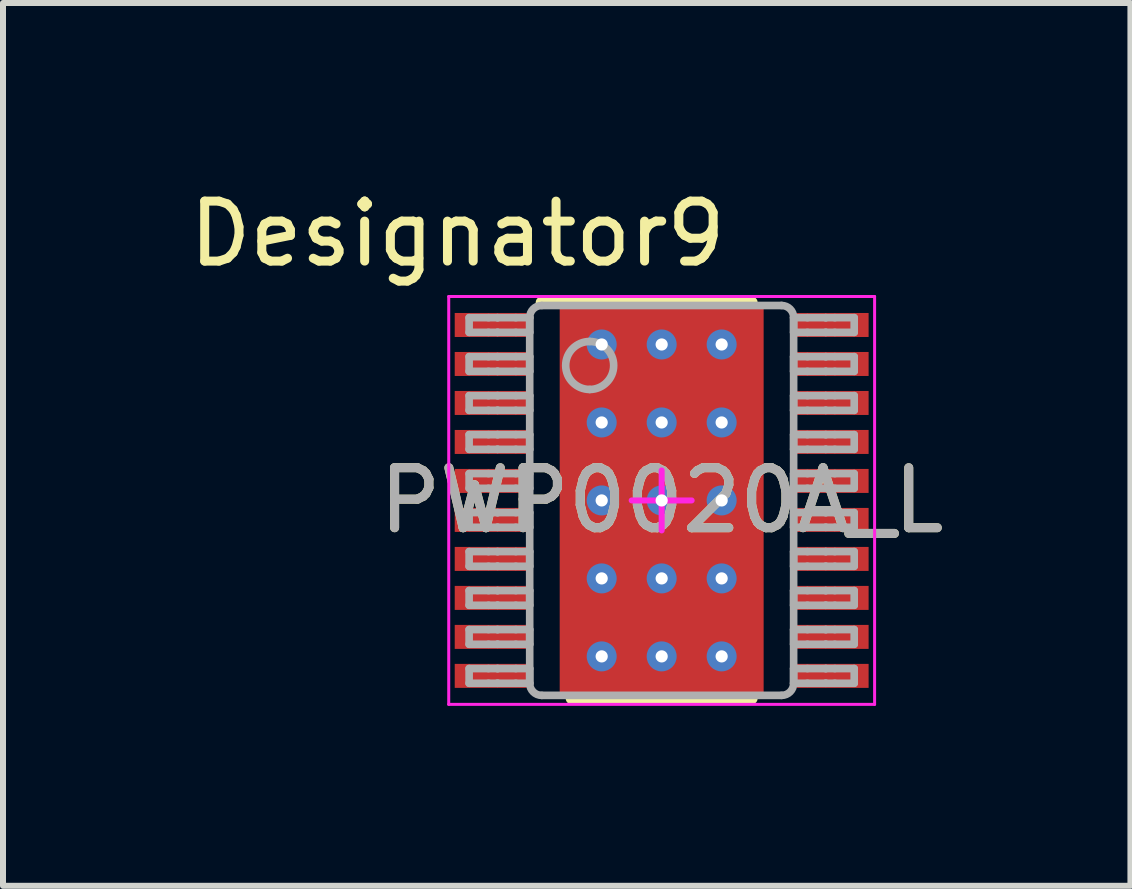
<source format=kicad_pcb>
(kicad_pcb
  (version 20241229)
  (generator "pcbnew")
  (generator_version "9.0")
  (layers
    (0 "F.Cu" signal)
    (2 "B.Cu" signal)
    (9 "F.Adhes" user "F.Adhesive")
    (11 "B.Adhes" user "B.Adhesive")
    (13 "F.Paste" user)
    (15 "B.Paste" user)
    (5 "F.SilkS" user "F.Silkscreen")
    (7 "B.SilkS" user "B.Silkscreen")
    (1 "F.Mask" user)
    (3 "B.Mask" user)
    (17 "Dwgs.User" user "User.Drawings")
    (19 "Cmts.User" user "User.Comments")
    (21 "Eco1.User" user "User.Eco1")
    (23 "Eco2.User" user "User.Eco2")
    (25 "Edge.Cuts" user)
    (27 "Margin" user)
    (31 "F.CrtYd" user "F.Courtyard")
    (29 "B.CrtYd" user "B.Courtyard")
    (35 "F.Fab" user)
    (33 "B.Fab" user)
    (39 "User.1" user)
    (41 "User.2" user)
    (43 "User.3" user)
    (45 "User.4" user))
  (footprint "PWP0020A_L"
    (layer "F.Cu")
    (at 7.981 5.293)
    (property "Reference" "PWP0020A_L" (at 0 0 0) (unlocked yes) (layer "F.SilkS") (effects (font (size 1 1) (thickness 0.15))))
    (attr smd)
    (fp_line (start -2 -3.3) (end 1.5 -3.3) (stroke (width 0.2) (type solid)) (layer "F.SilkS"))
    (fp_line (start -1.5 3.3) (end 1.5 3.3) (stroke (width 0.2) (type solid)) (layer "F.SilkS"))
    (fp_line (start -3.55 -3.4) (end 3.55 -3.4) (stroke (width 0.05) (type solid)) (layer "F.CrtYd"))
    (fp_line (start -3.55 3.4) (end -3.55 -3.4) (stroke (width 0.05) (type solid)) (layer "F.CrtYd"))
    (fp_line (start -3.55 3.4) (end 3.55 3.4) (stroke (width 0.05) (type solid)) (layer "F.CrtYd"))
    (fp_line (start -0.5 0.000003) (end 0.5 0.000003) (stroke (width 0.1) (type solid)) (layer "F.CrtYd"))
    (fp_line (start 0 0.5) (end 0 -0.5) (stroke (width 0.1) (type solid)) (layer "F.CrtYd"))
    (fp_line (start 3.55 3.4) (end 3.55 -3.4) (stroke (width 0.05) (type solid)) (layer "F.CrtYd"))
    (fp_line (start -3.21 -3.047) (end -2.887 -3.047) (stroke (width 0.127) (type solid)) (layer "F.Fab"))
    (fp_line (start -3.21 -2.802) (end -3.21 -3.047) (stroke (width 0.127) (type solid)) (layer "F.Fab"))
    (fp_line (start -3.21 -2.802) (end -2.887 -2.802) (stroke (width 0.127) (type solid)) (layer "F.Fab"))
    (fp_line (start -3.21 -2.397) (end -2.887 -2.397) (stroke (width 0.127) (type solid)) (layer "F.Fab"))
    (fp_line (start -3.21 -2.152) (end -3.21 -2.397) (stroke (width 0.127) (type solid)) (layer "F.Fab"))
    (fp_line (start -3.21 -2.152) (end -2.887 -2.152) (stroke (width 0.127) (type solid)) (layer "F.Fab"))
    (fp_line (start -3.21 -1.747) (end -2.887 -1.747) (stroke (width 0.127) (type solid)) (layer "F.Fab"))
    (fp_line (start -3.21 -1.502) (end -3.21 -1.747) (stroke (width 0.127) (type solid)) (layer "F.Fab"))
    (fp_line (start -3.21 -1.502) (end -2.887 -1.502) (stroke (width 0.127) (type solid)) (layer "F.Fab"))
    (fp_line (start -3.21 -1.097) (end -2.887 -1.097) (stroke (width 0.127) (type solid)) (layer "F.Fab"))
    (fp_line (start -3.21 -0.852) (end -3.21 -1.097) (stroke (width 0.127) (type solid)) (layer "F.Fab"))
    (fp_line (start -3.21 -0.852) (end -2.887 -0.852) (stroke (width 0.127) (type solid)) (layer "F.Fab"))
    (fp_line (start -3.21 -0.447) (end -2.887 -0.447) (stroke (width 0.127) (type solid)) (layer "F.Fab"))
    (fp_line (start -3.21 -0.202) (end -3.21 -0.447) (stroke (width 0.127) (type solid)) (layer "F.Fab"))
    (fp_line (start -3.21 -0.202) (end -2.887 -0.202) (stroke (width 0.127) (type solid)) (layer "F.Fab"))
    (fp_line (start -3.21 0.203) (end -2.887 0.203) (stroke (width 0.127) (type solid)) (layer "F.Fab"))
    (fp_line (start -3.21 0.448) (end -3.21 0.203) (stroke (width 0.127) (type solid)) (layer "F.Fab"))
    (fp_line (start -3.21 0.448) (end -2.887 0.448) (stroke (width 0.127) (type solid)) (layer "F.Fab"))
    (fp_line (start -3.21 0.853) (end -2.887 0.853) (stroke (width 0.127) (type solid)) (layer "F.Fab"))
    (fp_line (start -3.21 1.098) (end -3.21 0.853) (stroke (width 0.127) (type solid)) (layer "F.Fab"))
    (fp_line (start -3.21 1.098) (end -2.887 1.098) (stroke (width 0.127) (type solid)) (layer "F.Fab"))
    (fp_line (start -3.21 1.503) (end -2.887 1.503) (stroke (width 0.127) (type solid)) (layer "F.Fab"))
    (fp_line (start -3.21 1.748) (end -3.21 1.503) (stroke (width 0.127) (type solid)) (layer "F.Fab"))
    (fp_line (start -3.21 1.748) (end -2.887 1.748) (stroke (width 0.127) (type solid)) (layer "F.Fab"))
    (fp_line (start -3.21 2.153) (end -2.887 2.153) (stroke (width 0.127) (type solid)) (layer "F.Fab"))
    (fp_line (start -3.21 2.398) (end -3.21 2.153) (stroke (width 0.127) (type solid)) (layer "F.Fab"))
    (fp_line (start -3.21 2.398) (end -2.887 2.398) (stroke (width 0.127) (type solid)) (layer "F.Fab"))
    (fp_line (start -3.21 2.803) (end -2.887 2.803) (stroke (width 0.127) (type solid)) (layer "F.Fab"))
    (fp_line (start -3.21 3.048) (end -3.21 2.803) (stroke (width 0.127) (type solid)) (layer "F.Fab"))
    (fp_line (start -3.21 3.048) (end -2.887 3.048) (stroke (width 0.127) (type solid)) (layer "F.Fab"))
    (fp_line (start -2.887 -3.047) (end -2.739 -3.047) (stroke (width 0.127) (type solid)) (layer "F.Fab"))
    (fp_line (start -2.887 -2.802) (end -2.739 -2.802) (stroke (width 0.127) (type solid)) (layer "F.Fab"))
    (fp_line (start -2.887 -2.397) (end -2.739 -2.397) (stroke (width 0.127) (type solid)) (layer "F.Fab"))
    (fp_line (start -2.887 -2.152) (end -2.739 -2.152) (stroke (width 0.127) (type solid)) (layer "F.Fab"))
    (fp_line (start -2.887 -1.747) (end -2.739 -1.747) (stroke (width 0.127) (type solid)) (layer "F.Fab"))
    (fp_line (start -2.887 -1.502) (end -2.739 -1.502) (stroke (width 0.127) (type solid)) (layer "F.Fab"))
    (fp_line (start -2.887 -1.097) (end -2.739 -1.097) (stroke (width 0.127) (type solid)) (layer "F.Fab"))
    (fp_line (start -2.887 -0.852) (end -2.739 -0.852) (stroke (width 0.127) (type solid)) (layer "F.Fab"))
    (fp_line (start -2.887 -0.447) (end -2.739 -0.447) (stroke (width 0.127) (type solid)) (layer "F.Fab"))
    (fp_line (start -2.887 -0.202) (end -2.739 -0.202) (stroke (width 0.127) (type solid)) (layer "F.Fab"))
    (fp_line (start -2.887 0.203) (end -2.739 0.203) (stroke (width 0.127) (type solid)) (layer "F.Fab"))
    (fp_line (start -2.887 0.448) (end -2.739 0.448) (stroke (width 0.127) (type solid)) (layer "F.Fab"))
    (fp_line (start -2.887 0.853) (end -2.739 0.853) (stroke (width 0.127) (type solid)) (layer "F.Fab"))
    (fp_line (start -2.887 1.098) (end -2.739 1.098) (stroke (width 0.127) (type solid)) (layer "F.Fab"))
    (fp_line (start -2.887 1.503) (end -2.739 1.503) (stroke (width 0.127) (type solid)) (layer "F.Fab"))
    (fp_line (start -2.887 1.748) (end -2.739 1.748) (stroke (width 0.127) (type solid)) (layer "F.Fab"))
    (fp_line (start -2.887 2.153) (end -2.739 2.153) (stroke (width 0.127) (type solid)) (layer "F.Fab"))
    (fp_line (start -2.887 2.398) (end -2.739 2.398) (stroke (width 0.127) (type solid)) (layer "F.Fab"))
    (fp_line (start -2.887 2.803) (end -2.739 2.803) (stroke (width 0.127) (type solid)) (layer "F.Fab"))
    (fp_line (start -2.887 3.048) (end -2.739 3.048) (stroke (width 0.127) (type solid)) (layer "F.Fab"))
    (fp_line (start -2.739 -3.047) (end -2.733 -3.047) (stroke (width 0.127) (type solid)) (layer "F.Fab"))
    (fp_line (start -2.739 -2.802) (end -2.733 -2.802) (stroke (width 0.127) (type solid)) (layer "F.Fab"))
    (fp_line (start -2.739 -2.397) (end -2.733 -2.397) (stroke (width 0.127) (type solid)) (layer "F.Fab"))
    (fp_line (start -2.739 -2.152) (end -2.733 -2.152) (stroke (width 0.127) (type solid)) (layer "F.Fab"))
    (fp_line (start -2.739 -1.747) (end -2.733 -1.747) (stroke (width 0.127) (type solid)) (layer "F.Fab"))
    (fp_line (start -2.739 -1.502) (end -2.733 -1.502) (stroke (width 0.127) (type solid)) (layer "F.Fab"))
    (fp_line (start -2.739 -1.097) (end -2.733 -1.097) (stroke (width 0.127) (type solid)) (layer "F.Fab"))
    (fp_line (start -2.739 -0.852) (end -2.733 -0.852) (stroke (width 0.127) (type solid)) (layer "F.Fab"))
    (fp_line (start -2.739 -0.447) (end -2.733 -0.447) (stroke (width 0.127) (type solid)) (layer "F.Fab"))
    (fp_line (start -2.739 -0.202) (end -2.733 -0.202) (stroke (width 0.127) (type solid)) (layer "F.Fab"))
    (fp_line (start -2.739 0.203) (end -2.733 0.203) (stroke (width 0.127) (type solid)) (layer "F.Fab"))
    (fp_line (start -2.739 0.448) (end -2.733 0.448) (stroke (width 0.127) (type solid)) (layer "F.Fab"))
    (fp_line (start -2.739 0.853) (end -2.733 0.853) (stroke (width 0.127) (type solid)) (layer "F.Fab"))
    (fp_line (start -2.739 1.098) (end -2.733 1.098) (stroke (width 0.127) (type solid)) (layer "F.Fab"))
    (fp_line (start -2.739 1.503) (end -2.733 1.503) (stroke (width 0.127) (type solid)) (layer "F.Fab"))
    (fp_line (start -2.739 1.748) (end -2.733 1.748) (stroke (width 0.127) (type solid)) (layer "F.Fab"))
    (fp_line (start -2.739 2.153) (end -2.733 2.153) (stroke (width 0.127) (type solid)) (layer "F.Fab"))
    (fp_line (start -2.739 2.398) (end -2.733 2.398) (stroke (width 0.127) (type solid)) (layer "F.Fab"))
    (fp_line (start -2.739 2.803) (end -2.733 2.803) (stroke (width 0.127) (type solid)) (layer "F.Fab"))
    (fp_line (start -2.739 3.048) (end -2.733 3.048) (stroke (width 0.127) (type solid)) (layer "F.Fab"))
    (fp_line (start -2.733 -3.047) (end -2.431 -3.047) (stroke (width 0.127) (type solid)) (layer "F.Fab"))
    (fp_line (start -2.733 -2.802) (end -2.431 -2.802) (stroke (width 0.127) (type solid)) (layer "F.Fab"))
    (fp_line (start -2.733 -2.397) (end -2.431 -2.397) (stroke (width 0.127) (type solid)) (layer "F.Fab"))
    (fp_line (start -2.733 -2.152) (end -2.431 -2.152) (stroke (width 0.127) (type solid)) (layer "F.Fab"))
    (fp_line (start -2.733 -1.747) (end -2.431 -1.747) (stroke (width 0.127) (type solid)) (layer "F.Fab"))
    (fp_line (start -2.733 -1.502) (end -2.431 -1.502) (stroke (width 0.127) (type solid)) (layer "F.Fab"))
    (fp_line (start -2.733 -1.097) (end -2.431 -1.097) (stroke (width 0.127) (type solid)) (layer "F.Fab"))
    (fp_line (start -2.733 -0.852) (end -2.431 -0.852) (stroke (width 0.127) (type solid)) (layer "F.Fab"))
    (fp_line (start -2.733 -0.447) (end -2.431 -0.447) (stroke (width 0.127) (type solid)) (layer "F.Fab"))
    (fp_line (start -2.733 -0.202) (end -2.431 -0.202) (stroke (width 0.127) (type solid)) (layer "F.Fab"))
    (fp_line (start -2.733 0.203) (end -2.431 0.203) (stroke (width 0.127) (type solid)) (layer "F.Fab"))
    (fp_line (start -2.733 0.448) (end -2.431 0.448) (stroke (width 0.127) (type solid)) (layer "F.Fab"))
    (fp_line (start -2.733 0.853) (end -2.431 0.853) (stroke (width 0.127) (type solid)) (layer "F.Fab"))
    (fp_line (start -2.733 1.098) (end -2.431 1.098) (stroke (width 0.127) (type solid)) (layer "F.Fab"))
    (fp_line (start -2.733 1.503) (end -2.431 1.503) (stroke (width 0.127) (type solid)) (layer "F.Fab"))
    (fp_line (start -2.733 1.748) (end -2.431 1.748) (stroke (width 0.127) (type solid)) (layer "F.Fab"))
    (fp_line (start -2.733 2.153) (end -2.431 2.153) (stroke (width 0.127) (type solid)) (layer "F.Fab"))
    (fp_line (start -2.733 2.398) (end -2.431 2.398) (stroke (width 0.127) (type solid)) (layer "F.Fab"))
    (fp_line (start -2.733 2.803) (end -2.431 2.803) (stroke (width 0.127) (type solid)) (layer "F.Fab"))
    (fp_line (start -2.733 3.048) (end -2.431 3.048) (stroke (width 0.127) (type solid)) (layer "F.Fab"))
    (fp_line (start -2.431 -3.047) (end -2.2 -3.047) (stroke (width 0.127) (type solid)) (layer "F.Fab"))
    (fp_line (start -2.431 -2.802) (end -2.2 -2.802) (stroke (width 0.127) (type solid)) (layer "F.Fab"))
    (fp_line (start -2.431 -2.397) (end -2.2 -2.397) (stroke (width 0.127) (type solid)) (layer "F.Fab"))
    (fp_line (start -2.431 -2.152) (end -2.2 -2.152) (stroke (width 0.127) (type solid)) (layer "F.Fab"))
    (fp_line (start -2.431 -1.747) (end -2.2 -1.747) (stroke (width 0.127) (type solid)) (layer "F.Fab"))
    (fp_line (start -2.431 -1.502) (end -2.2 -1.502) (stroke (width 0.127) (type solid)) (layer "F.Fab"))
    (fp_line (start -2.431 -1.097) (end -2.2 -1.097) (stroke (width 0.127) (type solid)) (layer "F.Fab"))
    (fp_line (start -2.431 -0.852) (end -2.2 -0.852) (stroke (width 0.127) (type solid)) (layer "F.Fab"))
    (fp_line (start -2.431 -0.447) (end -2.2 -0.447) (stroke (width 0.127) (type solid)) (layer "F.Fab"))
    (fp_line (start -2.431 -0.202) (end -2.2 -0.202) (stroke (width 0.127) (type solid)) (layer "F.Fab"))
    (fp_line (start -2.431 0.203) (end -2.2 0.203) (stroke (width 0.127) (type solid)) (layer "F.Fab"))
    (fp_line (start -2.431 0.448) (end -2.2 0.448) (stroke (width 0.127) (type solid)) (layer "F.Fab"))
    (fp_line (start -2.431 0.853) (end -2.2 0.853) (stroke (width 0.127) (type solid)) (layer "F.Fab"))
    (fp_line (start -2.431 1.098) (end -2.2 1.098) (stroke (width 0.127) (type solid)) (layer "F.Fab"))
    (fp_line (start -2.431 1.503) (end -2.2 1.503) (stroke (width 0.127) (type solid)) (layer "F.Fab"))
    (fp_line (start -2.431 1.748) (end -2.2 1.748) (stroke (width 0.127) (type solid)) (layer "F.Fab"))
    (fp_line (start -2.431 2.153) (end -2.2 2.153) (stroke (width 0.127) (type solid)) (layer "F.Fab"))
    (fp_line (start -2.431 2.398) (end -2.2 2.398) (stroke (width 0.127) (type solid)) (layer "F.Fab"))
    (fp_line (start -2.431 2.803) (end -2.2 2.803) (stroke (width 0.127) (type solid)) (layer "F.Fab"))
    (fp_line (start -2.431 3.048) (end -2.2 3.048) (stroke (width 0.127) (type solid)) (layer "F.Fab"))
    (fp_line (start -2.2 -2.802) (end -2.2 -3.047) (stroke (width 0.127) (type solid)) (layer "F.Fab"))
    (fp_line (start -2.2 -2.152) (end -2.2 -2.397) (stroke (width 0.127) (type solid)) (layer "F.Fab"))
    (fp_line (start -2.2 -1.502) (end -2.2 -1.747) (stroke (width 0.127) (type solid)) (layer "F.Fab"))
    (fp_line (start -2.2 -0.852) (end -2.2 -1.097) (stroke (width 0.127) (type solid)) (layer "F.Fab"))
    (fp_line (start -2.2 -0.202) (end -2.2 -0.447) (stroke (width 0.127) (type solid)) (layer "F.Fab"))
    (fp_line (start -2.2 0.448) (end -2.2 0.203) (stroke (width 0.127) (type solid)) (layer "F.Fab"))
    (fp_line (start -2.2 1.098) (end -2.2 0.853) (stroke (width 0.127) (type solid)) (layer "F.Fab"))
    (fp_line (start -2.2 1.748) (end -2.2 1.503) (stroke (width 0.127) (type solid)) (layer "F.Fab"))
    (fp_line (start -2.2 2.398) (end -2.2 2.153) (stroke (width 0.127) (type solid)) (layer "F.Fab"))
    (fp_line (start -2.2 3.048) (end -2.2 2.803) (stroke (width 0.127) (type solid)) (layer "F.Fab"))
    (fp_line (start -2.2 3.05) (end -2.2 -3.05) (stroke (width 0.127) (type solid)) (layer "F.Fab"))
    (fp_line (start -2 -3.25) (end 2 -3.25) (stroke (width 0.127) (type solid)) (layer "F.Fab"))
    (fp_line (start -2 3.25) (end 2 3.25) (stroke (width 0.127) (type solid)) (layer "F.Fab"))
    (fp_line (start 2.2 -3.047) (end 2.43 -3.047) (stroke (width 0.127) (type solid)) (layer "F.Fab"))
    (fp_line (start 2.2 -2.802) (end 2.2 -3.047) (stroke (width 0.127) (type solid)) (layer "F.Fab"))
    (fp_line (start 2.2 -2.802) (end 2.43 -2.802) (stroke (width 0.127) (type solid)) (layer "F.Fab"))
    (fp_line (start 2.2 -2.397) (end 2.43 -2.397) (stroke (width 0.127) (type solid)) (layer "F.Fab"))
    (fp_line (start 2.2 -2.152) (end 2.2 -2.397) (stroke (width 0.127) (type solid)) (layer "F.Fab"))
    (fp_line (start 2.2 -2.152) (end 2.43 -2.152) (stroke (width 0.127) (type solid)) (layer "F.Fab"))
    (fp_line (start 2.2 -1.747) (end 2.43 -1.747) (stroke (width 0.127) (type solid)) (layer "F.Fab"))
    (fp_line (start 2.2 -1.502) (end 2.2 -1.747) (stroke (width 0.127) (type solid)) (layer "F.Fab"))
    (fp_line (start 2.2 -1.502) (end 2.43 -1.502) (stroke (width 0.127) (type solid)) (layer "F.Fab"))
    (fp_line (start 2.2 -1.097) (end 2.43 -1.097) (stroke (width 0.127) (type solid)) (layer "F.Fab"))
    (fp_line (start 2.2 -0.852) (end 2.2 -1.097) (stroke (width 0.127) (type solid)) (layer "F.Fab"))
    (fp_line (start 2.2 -0.852) (end 2.43 -0.852) (stroke (width 0.127) (type solid)) (layer "F.Fab"))
    (fp_line (start 2.2 -0.447) (end 2.43 -0.447) (stroke (width 0.127) (type solid)) (layer "F.Fab"))
    (fp_line (start 2.2 -0.202) (end 2.2 -0.447) (stroke (width 0.127) (type solid)) (layer "F.Fab"))
    (fp_line (start 2.2 -0.202) (end 2.43 -0.202) (stroke (width 0.127) (type solid)) (layer "F.Fab"))
    (fp_line (start 2.2 0.203) (end 2.43 0.203) (stroke (width 0.127) (type solid)) (layer "F.Fab"))
    (fp_line (start 2.2 0.448) (end 2.2 0.203) (stroke (width 0.127) (type solid)) (layer "F.Fab"))
    (fp_line (start 2.2 0.448) (end 2.43 0.448) (stroke (width 0.127) (type solid)) (layer "F.Fab"))
    (fp_line (start 2.2 0.853) (end 2.43 0.853) (stroke (width 0.127) (type solid)) (layer "F.Fab"))
    (fp_line (start 2.2 1.098) (end 2.2 0.853) (stroke (width 0.127) (type solid)) (layer "F.Fab"))
    (fp_line (start 2.2 1.098) (end 2.43 1.098) (stroke (width 0.127) (type solid)) (layer "F.Fab"))
    (fp_line (start 2.2 1.503) (end 2.43 1.503) (stroke (width 0.127) (type solid)) (layer "F.Fab"))
    (fp_line (start 2.2 1.748) (end 2.2 1.503) (stroke (width 0.127) (type solid)) (layer "F.Fab"))
    (fp_line (start 2.2 1.748) (end 2.43 1.748) (stroke (width 0.127) (type solid)) (layer "F.Fab"))
    (fp_line (start 2.2 2.153) (end 2.43 2.153) (stroke (width 0.127) (type solid)) (layer "F.Fab"))
    (fp_line (start 2.2 2.398) (end 2.2 2.153) (stroke (width 0.127) (type solid)) (layer "F.Fab"))
    (fp_line (start 2.2 2.398) (end 2.43 2.398) (stroke (width 0.127) (type solid)) (layer "F.Fab"))
    (fp_line (start 2.2 2.803) (end 2.43 2.803) (stroke (width 0.127) (type solid)) (layer "F.Fab"))
    (fp_line (start 2.2 3.048) (end 2.2 2.803) (stroke (width 0.127) (type solid)) (layer "F.Fab"))
    (fp_line (start 2.2 3.048) (end 2.43 3.048) (stroke (width 0.127) (type solid)) (layer "F.Fab"))
    (fp_line (start 2.2 3.05) (end 2.2 -3.05) (stroke (width 0.127) (type solid)) (layer "F.Fab"))
    (fp_line (start 2.43 -3.047) (end 2.733 -3.047) (stroke (width 0.127) (type solid)) (layer "F.Fab"))
    (fp_line (start 2.43 -2.802) (end 2.733 -2.802) (stroke (width 0.127) (type solid)) (layer "F.Fab"))
    (fp_line (start 2.43 -2.397) (end 2.733 -2.397) (stroke (width 0.127) (type solid)) (layer "F.Fab"))
    (fp_line (start 2.43 -2.152) (end 2.733 -2.152) (stroke (width 0.127) (type solid)) (layer "F.Fab"))
    (fp_line (start 2.43 -1.747) (end 2.733 -1.747) (stroke (width 0.127) (type solid)) (layer "F.Fab"))
    (fp_line (start 2.43 -1.502) (end 2.733 -1.502) (stroke (width 0.127) (type solid)) (layer "F.Fab"))
    (fp_line (start 2.43 -1.097) (end 2.733 -1.097) (stroke (width 0.127) (type solid)) (layer "F.Fab"))
    (fp_line (start 2.43 -0.852) (end 2.733 -0.852) (stroke (width 0.127) (type solid)) (layer "F.Fab"))
    (fp_line (start 2.43 -0.447) (end 2.733 -0.447) (stroke (width 0.127) (type solid)) (layer "F.Fab"))
    (fp_line (start 2.43 -0.202) (end 2.733 -0.202) (stroke (width 0.127) (type solid)) (layer "F.Fab"))
    (fp_line (start 2.43 0.203) (end 2.733 0.203) (stroke (width 0.127) (type solid)) (layer "F.Fab"))
    (fp_line (start 2.43 0.448) (end 2.733 0.448) (stroke (width 0.127) (type solid)) (layer "F.Fab"))
    (fp_line (start 2.43 0.853) (end 2.733 0.853) (stroke (width 0.127) (type solid)) (layer "F.Fab"))
    (fp_line (start 2.43 1.098) (end 2.733 1.098) (stroke (width 0.127) (type solid)) (layer "F.Fab"))
    (fp_line (start 2.43 1.503) (end 2.733 1.503) (stroke (width 0.127) (type solid)) (layer "F.Fab"))
    (fp_line (start 2.43 1.748) (end 2.733 1.748) (stroke (width 0.127) (type solid)) (layer "F.Fab"))
    (fp_line (start 2.43 2.153) (end 2.733 2.153) (stroke (width 0.127) (type solid)) (layer "F.Fab"))
    (fp_line (start 2.43 2.398) (end 2.733 2.398) (stroke (width 0.127) (type solid)) (layer "F.Fab"))
    (fp_line (start 2.43 2.803) (end 2.733 2.803) (stroke (width 0.127) (type solid)) (layer "F.Fab"))
    (fp_line (start 2.43 3.048) (end 2.733 3.048) (stroke (width 0.127) (type solid)) (layer "F.Fab"))
    (fp_line (start 2.733 -3.047) (end 2.739 -3.047) (stroke (width 0.127) (type solid)) (layer "F.Fab"))
    (fp_line (start 2.733 -2.802) (end 2.739 -2.802) (stroke (width 0.127) (type solid)) (layer "F.Fab"))
    (fp_line (start 2.733 -2.397) (end 2.739 -2.397) (stroke (width 0.127) (type solid)) (layer "F.Fab"))
    (fp_line (start 2.733 -2.152) (end 2.739 -2.152) (stroke (width 0.127) (type solid)) (layer "F.Fab"))
    (fp_line (start 2.733 -1.747) (end 2.739 -1.747) (stroke (width 0.127) (type solid)) (layer "F.Fab"))
    (fp_line (start 2.733 -1.502) (end 2.739 -1.502) (stroke (width 0.127) (type solid)) (layer "F.Fab"))
    (fp_line (start 2.733 -1.097) (end 2.739 -1.097) (stroke (width 0.127) (type solid)) (layer "F.Fab"))
    (fp_line (start 2.733 -0.852) (end 2.739 -0.852) (stroke (width 0.127) (type solid)) (layer "F.Fab"))
    (fp_line (start 2.733 -0.447) (end 2.739 -0.447) (stroke (width 0.127) (type solid)) (layer "F.Fab"))
    (fp_line (start 2.733 -0.202) (end 2.739 -0.202) (stroke (width 0.127) (type solid)) (layer "F.Fab"))
    (fp_line (start 2.733 0.203) (end 2.739 0.203) (stroke (width 0.127) (type solid)) (layer "F.Fab"))
    (fp_line (start 2.733 0.448) (end 2.739 0.448) (stroke (width 0.127) (type solid)) (layer "F.Fab"))
    (fp_line (start 2.733 0.853) (end 2.739 0.853) (stroke (width 0.127) (type solid)) (layer "F.Fab"))
    (fp_line (start 2.733 1.098) (end 2.739 1.098) (stroke (width 0.127) (type solid)) (layer "F.Fab"))
    (fp_line (start 2.733 1.503) (end 2.739 1.503) (stroke (width 0.127) (type solid)) (layer "F.Fab"))
    (fp_line (start 2.733 1.748) (end 2.739 1.748) (stroke (width 0.127) (type solid)) (layer "F.Fab"))
    (fp_line (start 2.733 2.153) (end 2.739 2.153) (stroke (width 0.127) (type solid)) (layer "F.Fab"))
    (fp_line (start 2.733 2.398) (end 2.739 2.398) (stroke (width 0.127) (type solid)) (layer "F.Fab"))
    (fp_line (start 2.733 2.803) (end 2.739 2.803) (stroke (width 0.127) (type solid)) (layer "F.Fab"))
    (fp_line (start 2.733 3.048) (end 2.739 3.048) (stroke (width 0.127) (type solid)) (layer "F.Fab"))
    (fp_line (start 2.739 -3.047) (end 2.887 -3.047) (stroke (width 0.127) (type solid)) (layer "F.Fab"))
    (fp_line (start 2.739 -2.802) (end 2.887 -2.802) (stroke (width 0.127) (type solid)) (layer "F.Fab"))
    (fp_line (start 2.739 -2.397) (end 2.887 -2.397) (stroke (width 0.127) (type solid)) (layer "F.Fab"))
    (fp_line (start 2.739 -2.152) (end 2.887 -2.152) (stroke (width 0.127) (type solid)) (layer "F.Fab"))
    (fp_line (start 2.739 -1.747) (end 2.887 -1.747) (stroke (width 0.127) (type solid)) (layer "F.Fab"))
    (fp_line (start 2.739 -1.502) (end 2.887 -1.502) (stroke (width 0.127) (type solid)) (layer "F.Fab"))
    (fp_line (start 2.739 -1.097) (end 2.887 -1.097) (stroke (width 0.127) (type solid)) (layer "F.Fab"))
    (fp_line (start 2.739 -0.852) (end 2.887 -0.852) (stroke (width 0.127) (type solid)) (layer "F.Fab"))
    (fp_line (start 2.739 -0.447) (end 2.887 -0.447) (stroke (width 0.127) (type solid)) (layer "F.Fab"))
    (fp_line (start 2.739 -0.202) (end 2.887 -0.202) (stroke (width 0.127) (type solid)) (layer "F.Fab"))
    (fp_line (start 2.739 0.203) (end 2.887 0.203) (stroke (width 0.127) (type solid)) (layer "F.Fab"))
    (fp_line (start 2.739 0.448) (end 2.887 0.448) (stroke (width 0.127) (type solid)) (layer "F.Fab"))
    (fp_line (start 2.739 0.853) (end 2.887 0.853) (stroke (width 0.127) (type solid)) (layer "F.Fab"))
    (fp_line (start 2.739 1.098) (end 2.887 1.098) (stroke (width 0.127) (type solid)) (layer "F.Fab"))
    (fp_line (start 2.739 1.503) (end 2.887 1.503) (stroke (width 0.127) (type solid)) (layer "F.Fab"))
    (fp_line (start 2.739 1.748) (end 2.887 1.748) (stroke (width 0.127) (type solid)) (layer "F.Fab"))
    (fp_line (start 2.739 2.153) (end 2.887 2.153) (stroke (width 0.127) (type solid)) (layer "F.Fab"))
    (fp_line (start 2.739 2.398) (end 2.887 2.398) (stroke (width 0.127) (type solid)) (layer "F.Fab"))
    (fp_line (start 2.739 2.803) (end 2.887 2.803) (stroke (width 0.127) (type solid)) (layer "F.Fab"))
    (fp_line (start 2.739 3.048) (end 2.887 3.048) (stroke (width 0.127) (type solid)) (layer "F.Fab"))
    (fp_line (start 2.887 -3.047) (end 3.21 -3.047) (stroke (width 0.127) (type solid)) (layer "F.Fab"))
    (fp_line (start 2.887 -2.802) (end 3.21 -2.802) (stroke (width 0.127) (type solid)) (layer "F.Fab"))
    (fp_line (start 2.887 -2.397) (end 3.21 -2.397) (stroke (width 0.127) (type solid)) (layer "F.Fab"))
    (fp_line (start 2.887 -2.152) (end 3.21 -2.152) (stroke (width 0.127) (type solid)) (layer "F.Fab"))
    (fp_line (start 2.887 -1.747) (end 3.21 -1.747) (stroke (width 0.127) (type solid)) (layer "F.Fab"))
    (fp_line (start 2.887 -1.502) (end 3.21 -1.502) (stroke (width 0.127) (type solid)) (layer "F.Fab"))
    (fp_line (start 2.887 -1.097) (end 3.21 -1.097) (stroke (width 0.127) (type solid)) (layer "F.Fab"))
    (fp_line (start 2.887 -0.852) (end 3.21 -0.852) (stroke (width 0.127) (type solid)) (layer "F.Fab"))
    (fp_line (start 2.887 -0.447) (end 3.21 -0.447) (stroke (width 0.127) (type solid)) (layer "F.Fab"))
    (fp_line (start 2.887 -0.202) (end 3.21 -0.202) (stroke (width 0.127) (type solid)) (layer "F.Fab"))
    (fp_line (start 2.887 0.203) (end 3.21 0.203) (stroke (width 0.127) (type solid)) (layer "F.Fab"))
    (fp_line (start 2.887 0.448) (end 3.21 0.448) (stroke (width 0.127) (type solid)) (layer "F.Fab"))
    (fp_line (start 2.887 0.853) (end 3.21 0.853) (stroke (width 0.127) (type solid)) (layer "F.Fab"))
    (fp_line (start 2.887 1.098) (end 3.21 1.098) (stroke (width 0.127) (type solid)) (layer "F.Fab"))
    (fp_line (start 2.887 1.503) (end 3.21 1.503) (stroke (width 0.127) (type solid)) (layer "F.Fab"))
    (fp_line (start 2.887 1.748) (end 3.21 1.748) (stroke (width 0.127) (type solid)) (layer "F.Fab"))
    (fp_line (start 2.887 2.153) (end 3.21 2.153) (stroke (width 0.127) (type solid)) (layer "F.Fab"))
    (fp_line (start 2.887 2.398) (end 3.21 2.398) (stroke (width 0.127) (type solid)) (layer "F.Fab"))
    (fp_line (start 2.887 2.803) (end 3.21 2.803) (stroke (width 0.127) (type solid)) (layer "F.Fab"))
    (fp_line (start 2.887 3.048) (end 3.21 3.048) (stroke (width 0.127) (type solid)) (layer "F.Fab"))
    (fp_line (start 3.21 -2.802) (end 3.21 -3.047) (stroke (width 0.127) (type solid)) (layer "F.Fab"))
    (fp_line (start 3.21 -2.152) (end 3.21 -2.397) (stroke (width 0.127) (type solid)) (layer "F.Fab"))
    (fp_line (start 3.21 -1.502) (end 3.21 -1.747) (stroke (width 0.127) (type solid)) (layer "F.Fab"))
    (fp_line (start 3.21 -0.852) (end 3.21 -1.097) (stroke (width 0.127) (type solid)) (layer "F.Fab"))
    (fp_line (start 3.21 -0.202) (end 3.21 -0.447) (stroke (width 0.127) (type solid)) (layer "F.Fab"))
    (fp_line (start 3.21 0.448) (end 3.21 0.203) (stroke (width 0.127) (type solid)) (layer "F.Fab"))
    (fp_line (start 3.21 1.098) (end 3.21 0.853) (stroke (width 0.127) (type solid)) (layer "F.Fab"))
    (fp_line (start 3.21 1.748) (end 3.21 1.503) (stroke (width 0.127) (type solid)) (layer "F.Fab"))
    (fp_line (start 3.21 2.398) (end 3.21 2.153) (stroke (width 0.127) (type solid)) (layer "F.Fab"))
    (fp_line (start 3.21 3.048) (end 3.21 2.803) (stroke (width 0.127) (type solid)) (layer "F.Fab"))
    (fp_arc (start -2.200001 -3.049986) (mid -2.141422 -3.191407) (end -2.000001 -3.249986) (stroke (width 0.127) (type solid)) (layer "F.Fab"))
    (fp_arc (start -2.000001 3.250001) (mid -2.141422 3.191423) (end -2.200001 3.050002) (stroke (width 0.127) (type solid)) (layer "F.Fab"))
    (fp_arc (start -1.200003 -2.649987) (mid -0.800003 -2.249988) (end -1.200003 -1.849989) (stroke (width 0.127) (type solid)) (layer "F.Fab"))
    (fp_arc (start -1.200003 -1.849989) (mid -1.600002 -2.249988) (end -1.200003 -2.649987) (stroke (width 0.127) (type solid)) (layer "F.Fab"))
    (fp_arc (start 1.999991 -3.249986) (mid 2.141412 -3.191407) (end 2.199991 -3.049986) (stroke (width 0.127) (type solid)) (layer "F.Fab"))
    (fp_arc (start 2.199991 3.050002) (mid 2.141412 3.191423) (end 1.999991 3.250001) (stroke (width 0.127) (type solid)) (layer "F.Fab"))
    (fp_text user "Designator9" (at -3.404 -4.445 0) (unlocked yes) (layer "F.SilkS") (effects (font (size 1 1) (thickness 0.15))))
    (fp_text user "${REFERENCE}" (at 0 0 0) (unlocked yes) (layer "F.Fab") (effects (font (size 1 1) (thickness 0.15))))
    (pad "1" smd rect (at -2.85 -2.925 90) (size 0.4 1.2) (layers "F.Cu" "F.Mask" "F.Paste"))
    (pad "2" smd rect (at -2.85 -2.275 90) (size 0.4 1.2) (layers "F.Cu" "F.Mask" "F.Paste"))
    (pad "3" smd rect (at -2.85 -1.625 90) (size 0.4 1.2) (layers "F.Cu" "F.Mask" "F.Paste"))
    (pad "4" smd rect (at -2.85 -0.975 90) (size 0.4 1.2) (layers "F.Cu" "F.Mask" "F.Paste"))
    (pad "5" smd rect (at -2.85 -0.325 90) (size 0.4 1.2) (layers "F.Cu" "F.Mask" "F.Paste"))
    (pad "6" smd rect (at -2.85 0.325 90) (size 0.4 1.2) (layers "F.Cu" "F.Mask" "F.Paste"))
    (pad "7" smd rect (at -2.85 0.975 90) (size 0.4 1.2) (layers "F.Cu" "F.Mask" "F.Paste"))
    (pad "8" smd rect (at -2.85 1.625 90) (size 0.4 1.2) (layers "F.Cu" "F.Mask" "F.Paste"))
    (pad "9" smd rect (at -2.85 2.275 90) (size 0.4 1.2) (layers "F.Cu" "F.Mask" "F.Paste"))
    (pad "10" smd rect (at -2.85 2.925 90) (size 0.4 1.2) (layers "F.Cu" "F.Mask" "F.Paste"))
    (pad "11" smd rect (at 2.85 2.925 90) (size 0.4 1.2) (layers "F.Cu" "F.Mask" "F.Paste"))
    (pad "12" smd rect (at 2.85 2.275 90) (size 0.4 1.2) (layers "F.Cu" "F.Mask" "F.Paste"))
    (pad "13" smd rect (at 2.85 1.625 90) (size 0.4 1.2) (layers "F.Cu" "F.Mask" "F.Paste"))
    (pad "14" smd rect (at 2.85 0.975 90) (size 0.4 1.2) (layers "F.Cu" "F.Mask" "F.Paste"))
    (pad "15" smd rect (at 2.85 0.325 90) (size 0.4 1.2) (layers "F.Cu" "F.Mask" "F.Paste"))
    (pad "16" smd rect (at 2.85 -0.325 90) (size 0.4 1.2) (layers "F.Cu" "F.Mask" "F.Paste"))
    (pad "17" smd rect (at 2.85 -0.975 90) (size 0.4 1.2) (layers "F.Cu" "F.Mask" "F.Paste"))
    (pad "18" smd rect (at 2.85 -1.625 90) (size 0.4 1.2) (layers "F.Cu" "F.Mask" "F.Paste"))
    (pad "19" smd rect (at 2.85 -2.275 90) (size 0.4 1.2) (layers "F.Cu" "F.Mask" "F.Paste"))
    (pad "20" smd rect (at 2.85 -2.925 90) (size 0.4 1.2) (layers "F.Cu" "F.Mask" "F.Paste"))
    (pad "21" smd rect (at 0 0) (size 3.4 6.5) (layers "F.Cu"))
    (pad "V" thru_hole circle (at -1 -2.6) (size 0.5 0.5) (drill 0.203) (layers "*.Cu" "*.Mask"))
    (pad "V" thru_hole circle (at -1 -1.3) (size 0.5 0.5) (drill 0.203) (layers "*.Cu" "*.Mask"))
    (pad "V" thru_hole circle (at -1 0) (size 0.5 0.5) (drill 0.203) (layers "*.Cu" "*.Mask"))
    (pad "V" thru_hole circle (at -1 1.3) (size 0.5 0.5) (drill 0.203) (layers "*.Cu" "*.Mask"))
    (pad "V" thru_hole circle (at -1 2.6) (size 0.5 0.5) (drill 0.203) (layers "*.Cu" "*.Mask"))
    (pad "V" thru_hole circle (at 0 -2.6) (size 0.5 0.5) (drill 0.203) (layers "*.Cu" "*.Mask"))
    (pad "V" thru_hole circle (at 0 -1.3) (size 0.5 0.5) (drill 0.203) (layers "*.Cu" "*.Mask"))
    (pad "V" thru_hole circle (at 0 0) (size 0.5 0.5) (drill 0.203) (layers "*.Cu" "*.Mask"))
    (pad "V" thru_hole circle (at 0 1.3) (size 0.5 0.5) (drill 0.203) (layers "*.Cu" "*.Mask"))
    (pad "V" thru_hole circle (at 0 2.6) (size 0.5 0.5) (drill 0.203) (layers "*.Cu" "*.Mask"))
    (pad "V" thru_hole circle (at 1 -2.6) (size 0.5 0.5) (drill 0.203) (layers "*.Cu" "*.Mask"))
    (pad "V" thru_hole circle (at 1 -1.3) (size 0.5 0.5) (drill 0.203) (layers "*.Cu" "*.Mask"))
    (pad "V" thru_hole circle (at 1 0) (size 0.5 0.5) (drill 0.203) (layers "*.Cu" "*.Mask"))
    (pad "V" thru_hole circle (at 1 1.3) (size 0.5 0.5) (drill 0.203) (layers "*.Cu" "*.Mask"))
    (pad "V" thru_hole circle (at 1 2.6) (size 0.5 0.5) (drill 0.203) (layers "*.Cu" "*.Mask")))
  (gr_rect
    (start -3 -3)
    (end 15.796 11.718)
    (stroke (width 0.1) (type default))
    (fill no)
    (layer "Edge.Cuts")))
</source>
